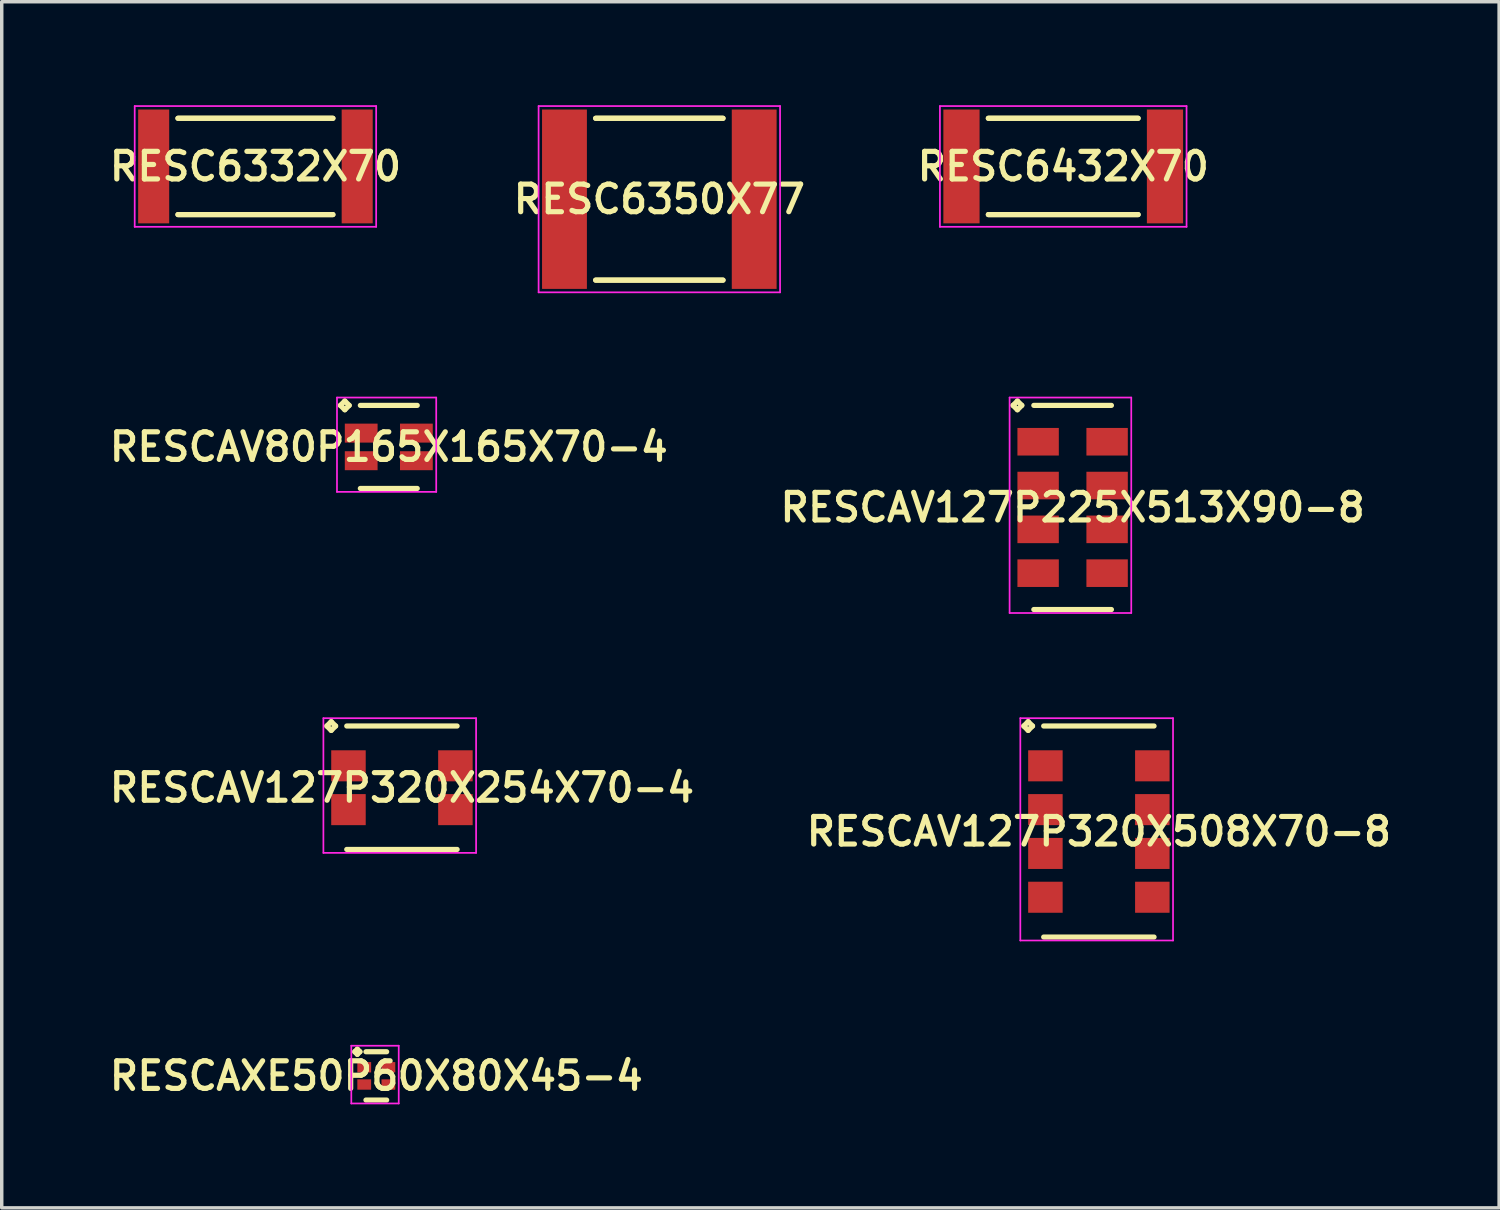
<source format=kicad_pcb>
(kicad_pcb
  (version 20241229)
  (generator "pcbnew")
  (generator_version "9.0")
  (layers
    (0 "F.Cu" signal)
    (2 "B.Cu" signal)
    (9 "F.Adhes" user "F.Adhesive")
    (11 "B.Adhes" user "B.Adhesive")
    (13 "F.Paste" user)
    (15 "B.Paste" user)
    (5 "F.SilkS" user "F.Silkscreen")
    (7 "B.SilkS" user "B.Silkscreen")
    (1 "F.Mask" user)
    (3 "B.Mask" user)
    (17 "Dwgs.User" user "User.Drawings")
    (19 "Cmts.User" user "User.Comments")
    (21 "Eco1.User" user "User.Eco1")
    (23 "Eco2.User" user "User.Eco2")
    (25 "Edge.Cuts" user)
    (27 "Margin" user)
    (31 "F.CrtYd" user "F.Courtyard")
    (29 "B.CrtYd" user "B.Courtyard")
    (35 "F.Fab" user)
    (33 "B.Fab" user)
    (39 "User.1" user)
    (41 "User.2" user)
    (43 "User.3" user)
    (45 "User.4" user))
  (footprint "RESCAV127P320X508X70-8"
    (layer "F.Cu")
    (at 28.806 21.056)
    (property "Reference" "RESCAV127P320X508X70-8" (at 0 0 0) (layer "F.SilkS") (effects (font (size 0.8 0.8) (thickness 0.15))))
    (attr smd)
    (fp_line (start -2.177 -3.059) (end -2.05 -3.186) (stroke (width 0.15) (type solid)) (layer "F.SilkS"))
    (fp_line (start -2.05 -3.186) (end -1.923 -3.059) (stroke (width 0.15) (type solid)) (layer "F.SilkS"))
    (fp_line (start -2.05 -2.932) (end -2.177 -3.059) (stroke (width 0.15) (type solid)) (layer "F.SilkS"))
    (fp_line (start -1.923 -3.059) (end -2.05 -2.932) (stroke (width 0.15) (type solid)) (layer "F.SilkS"))
    (fp_line (start -1.6 -3.059) (end 1.6 -3.059) (stroke (width 0.15) (type solid)) (layer "F.SilkS"))
    (fp_line (start -1.6 3.059) (end 1.6 3.059) (stroke (width 0.15) (type solid)) (layer "F.SilkS"))
    (fp_line (start -2.277 -3.286) (end 2.15 -3.286) (stroke (width 0.05) (type solid)) (layer "F.CrtYd"))
    (fp_line (start -2.277 3.159) (end -2.277 -3.286) (stroke (width 0.05) (type solid)) (layer "F.CrtYd"))
    (fp_line (start 2.15 -3.286) (end 2.15 3.159) (stroke (width 0.05) (type solid)) (layer "F.CrtYd"))
    (fp_line (start 2.15 3.159) (end -2.277 3.159) (stroke (width 0.05) (type solid)) (layer "F.CrtYd"))
    (pad "1" smd rect (at -1.55 -1.905) (size 1 0.9) (layers "F.Cu" "F.Mask" "F.Paste"))
    (pad "2" smd rect (at -1.55 -0.635) (size 1 0.9) (layers "F.Cu" "F.Mask" "F.Paste"))
    (pad "3" smd rect (at -1.55 0.635) (size 1 0.9) (layers "F.Cu" "F.Mask" "F.Paste"))
    (pad "4" smd rect (at -1.55 1.905) (size 1 0.9) (layers "F.Cu" "F.Mask" "F.Paste"))
    (pad "5" smd rect (at 1.55 1.905) (size 1 0.9) (layers "F.Cu" "F.Mask" "F.Paste"))
    (pad "6" smd rect (at 1.55 0.635) (size 1 0.9) (layers "F.Cu" "F.Mask" "F.Paste"))
    (pad "7" smd rect (at 1.55 -0.635) (size 1 0.9) (layers "F.Cu" "F.Mask" "F.Paste"))
    (pad "8" smd rect (at 1.55 -1.905) (size 1 0.9) (layers "F.Cu" "F.Mask" "F.Paste")))
  (footprint "RESCAV127P225X513X90-8"
    (layer "F.Cu")
    (at 28.045 11.661)
    (property "Reference" "RESCAV127P225X513X90-8" (at 0 0 0) (layer "F.SilkS") (effects (font (size 0.8 0.8) (thickness 0.15))))
    (attr smd)
    (fp_line (start -1.727 -2.959) (end -1.6 -3.086) (stroke (width 0.15) (type solid)) (layer "F.SilkS"))
    (fp_line (start -1.6 -3.086) (end -1.473 -2.959) (stroke (width 0.15) (type solid)) (layer "F.SilkS"))
    (fp_line (start -1.6 -2.832) (end -1.727 -2.959) (stroke (width 0.15) (type solid)) (layer "F.SilkS"))
    (fp_line (start -1.473 -2.959) (end -1.6 -2.832) (stroke (width 0.15) (type solid)) (layer "F.SilkS"))
    (fp_line (start -1.125 -2.959) (end 1.125 -2.959) (stroke (width 0.15) (type solid)) (layer "F.SilkS"))
    (fp_line (start -1.125 2.959) (end 1.125 2.959) (stroke (width 0.15) (type solid)) (layer "F.SilkS"))
    (fp_line (start -1.827 -3.186) (end 1.7 -3.186) (stroke (width 0.05) (type solid)) (layer "F.CrtYd"))
    (fp_line (start -1.827 3.059) (end -1.827 -3.186) (stroke (width 0.05) (type solid)) (layer "F.CrtYd"))
    (fp_line (start 1.7 -3.186) (end 1.7 3.059) (stroke (width 0.05) (type solid)) (layer "F.CrtYd"))
    (fp_line (start 1.7 3.059) (end -1.827 3.059) (stroke (width 0.05) (type solid)) (layer "F.CrtYd"))
    (pad "1" smd rect (at -1 -1.905) (size 1.2 0.8) (layers "F.Cu" "F.Mask" "F.Paste"))
    (pad "2" smd rect (at -1 -0.635) (size 1.2 0.8) (layers "F.Cu" "F.Mask" "F.Paste"))
    (pad "3" smd rect (at -1 0.635) (size 1.2 0.8) (layers "F.Cu" "F.Mask" "F.Paste"))
    (pad "4" smd rect (at -1 1.905) (size 1.2 0.8) (layers "F.Cu" "F.Mask" "F.Paste"))
    (pad "5" smd rect (at 1 1.905) (size 1.2 0.8) (layers "F.Cu" "F.Mask" "F.Paste"))
    (pad "6" smd rect (at 1 0.635) (size 1.2 0.8) (layers "F.Cu" "F.Mask" "F.Paste"))
    (pad "7" smd rect (at 1 -0.635) (size 1.2 0.8) (layers "F.Cu" "F.Mask" "F.Paste"))
    (pad "8" smd rect (at 1 -1.905) (size 1.2 0.8) (layers "F.Cu" "F.Mask" "F.Paste")))
  (footprint "RESC6432X70"
    (layer "F.Cu")
    (at 27.773 1.775)
    (property "Reference" "RESC6432X70" (at 0 0 0) (layer "F.SilkS") (effects (font (size 0.8 0.8) (thickness 0.15))))
    (attr smd)
    (fp_line (start -2.171 -1.396) (end 2.171 -1.396) (stroke (width 0.15) (type solid)) (layer "F.SilkS"))
    (fp_line (start -2.171 1.396) (end 2.171 1.396) (stroke (width 0.15) (type solid)) (layer "F.SilkS"))
    (fp_line (start 2.171 -1.396) (end -2.171 -1.396) (stroke (width 0.15) (type solid)) (layer "F.SilkS"))
    (fp_line (start 2.171 1.396) (end -2.171 1.396) (stroke (width 0.15) (type solid)) (layer "F.SilkS"))
    (fp_line (start -3.575 -1.75) (end 3.575 -1.75) (stroke (width 0.05) (type solid)) (layer "F.CrtYd"))
    (fp_line (start -3.575 1.75) (end -3.575 -1.75) (stroke (width 0.05) (type solid)) (layer "F.CrtYd"))
    (fp_line (start 3.575 -1.75) (end 3.575 1.75) (stroke (width 0.05) (type solid)) (layer "F.CrtYd"))
    (fp_line (start 3.575 1.75) (end -3.575 1.75) (stroke (width 0.05) (type solid)) (layer "F.CrtYd"))
    (pad "1" smd rect (at -2.95 0) (size 1.05 3.3) (layers "F.Cu" "F.Mask" "F.Paste"))
    (pad "2" smd rect (at 2.95 0) (size 1.05 3.3) (layers "F.Cu" "F.Mask" "F.Paste")))
  (footprint "RESCAXE50P60X80X45-4"
    (layer "F.Cu")
    (at 7.859 28.14)
    (property "Reference" "RESCAXE50P60X80X45-4" (at 0 0 0) (layer "F.SilkS") (effects (font (size 0.8 0.8) (thickness 0.15))))
    (attr smd)
    (fp_line (start -0.625 -0.7) (end -0.55 -0.775) (stroke (width 0.15) (type solid)) (layer "F.SilkS"))
    (fp_line (start -0.55 -0.775) (end -0.475 -0.7) (stroke (width 0.15) (type solid)) (layer "F.SilkS"))
    (fp_line (start -0.55 -0.625) (end -0.625 -0.7) (stroke (width 0.15) (type solid)) (layer "F.SilkS"))
    (fp_line (start -0.475 -0.7) (end -0.55 -0.625) (stroke (width 0.15) (type solid)) (layer "F.SilkS"))
    (fp_line (start -0.3 -0.7) (end 0.3 -0.7) (stroke (width 0.15) (type solid)) (layer "F.SilkS"))
    (fp_line (start -0.3 0.7) (end 0.3 0.7) (stroke (width 0.15) (type solid)) (layer "F.SilkS"))
    (fp_line (start -0.725 -0.875) (end 0.65 -0.875) (stroke (width 0.05) (type solid)) (layer "F.CrtYd"))
    (fp_line (start -0.725 0.8) (end -0.725 -0.875) (stroke (width 0.05) (type solid)) (layer "F.CrtYd"))
    (fp_line (start 0.65 -0.875) (end 0.65 0.8) (stroke (width 0.05) (type solid)) (layer "F.CrtYd"))
    (fp_line (start 0.65 0.8) (end -0.725 0.8) (stroke (width 0.05) (type solid)) (layer "F.CrtYd"))
    (pad "1" smd rect (at -0.35 -0.25) (size 0.4 0.3) (layers "F.Cu" "F.Mask" "F.Paste"))
    (pad "2" smd rect (at -0.35 0.25) (size 0.4 0.3) (layers "F.Cu" "F.Mask" "F.Paste"))
    (pad "3" smd rect (at 0.35 0.25) (size 0.4 0.3) (layers "F.Cu" "F.Mask" "F.Paste"))
    (pad "4" smd rect (at 0.35 -0.25) (size 0.4 0.3) (layers "F.Cu" "F.Mask" "F.Paste")))
  (footprint "RESC6350X77"
    (layer "F.Cu")
    (at 16.064 2.725)
    (property "Reference" "RESC6350X77" (at 0 0 0) (layer "F.SilkS") (effects (font (size 0.8 0.8) (thickness 0.15))))
    (attr smd)
    (fp_line (start -1.846 -2.346) (end 1.846 -2.346) (stroke (width 0.15) (type solid)) (layer "F.SilkS"))
    (fp_line (start -1.846 2.346) (end 1.846 2.346) (stroke (width 0.15) (type solid)) (layer "F.SilkS"))
    (fp_line (start 1.846 -2.346) (end -1.846 -2.346) (stroke (width 0.15) (type solid)) (layer "F.SilkS"))
    (fp_line (start 1.846 2.346) (end -1.846 2.346) (stroke (width 0.15) (type solid)) (layer "F.SilkS"))
    (fp_line (start -3.5 -2.7) (end 3.5 -2.7) (stroke (width 0.05) (type solid)) (layer "F.CrtYd"))
    (fp_line (start -3.5 2.7) (end -3.5 -2.7) (stroke (width 0.05) (type solid)) (layer "F.CrtYd"))
    (fp_line (start 3.5 -2.7) (end 3.5 2.7) (stroke (width 0.05) (type solid)) (layer "F.CrtYd"))
    (fp_line (start 3.5 2.7) (end -3.5 2.7) (stroke (width 0.05) (type solid)) (layer "F.CrtYd"))
    (pad "1" smd rect (at -2.75 0) (size 1.3 5.2) (layers "F.Cu" "F.Mask" "F.Paste"))
    (pad "2" smd rect (at 2.75 0) (size 1.3 5.2) (layers "F.Cu" "F.Mask" "F.Paste")))
  (footprint "RESCAV127P320X254X70-4"
    (layer "F.Cu")
    (at 8.602 19.786)
    (property "Reference" "RESCAV127P320X254X70-4" (at 0 0 0) (layer "F.SilkS") (effects (font (size 0.8 0.8) (thickness 0.15))))
    (attr smd)
    (fp_line (start -2.177 -1.789) (end -2.05 -1.916) (stroke (width 0.15) (type solid)) (layer "F.SilkS"))
    (fp_line (start -2.05 -1.916) (end -1.923 -1.789) (stroke (width 0.15) (type solid)) (layer "F.SilkS"))
    (fp_line (start -2.05 -1.662) (end -2.177 -1.789) (stroke (width 0.15) (type solid)) (layer "F.SilkS"))
    (fp_line (start -1.923 -1.789) (end -2.05 -1.662) (stroke (width 0.15) (type solid)) (layer "F.SilkS"))
    (fp_line (start -1.6 -1.789) (end 1.6 -1.789) (stroke (width 0.15) (type solid)) (layer "F.SilkS"))
    (fp_line (start -1.6 1.789) (end 1.6 1.789) (stroke (width 0.15) (type solid)) (layer "F.SilkS"))
    (fp_line (start -2.277 -2.016) (end 2.15 -2.016) (stroke (width 0.05) (type solid)) (layer "F.CrtYd"))
    (fp_line (start -2.277 1.889) (end -2.277 -2.016) (stroke (width 0.05) (type solid)) (layer "F.CrtYd"))
    (fp_line (start 2.15 -2.016) (end 2.15 1.889) (stroke (width 0.05) (type solid)) (layer "F.CrtYd"))
    (fp_line (start 2.15 1.889) (end -2.277 1.889) (stroke (width 0.05) (type solid)) (layer "F.CrtYd"))
    (pad "1" smd rect (at -1.55 -0.635) (size 1 0.9) (layers "F.Cu" "F.Mask" "F.Paste"))
    (pad "2" smd rect (at -1.55 0.635) (size 1 0.9) (layers "F.Cu" "F.Mask" "F.Paste"))
    (pad "3" smd rect (at 1.55 0.635) (size 1 0.9) (layers "F.Cu" "F.Mask" "F.Paste"))
    (pad "4" smd rect (at 1.55 -0.635) (size 1 0.9) (layers "F.Cu" "F.Mask" "F.Paste")))
  (footprint "RESC6332X70"
    (layer "F.Cu")
    (at 4.355 1.775)
    (property "Reference" "RESC6332X70" (at 0 0 0) (layer "F.SilkS") (effects (font (size 0.8 0.8) (thickness 0.15))))
    (attr smd)
    (fp_line (start -2.246 -1.396) (end 2.246 -1.396) (stroke (width 0.15) (type solid)) (layer "F.SilkS"))
    (fp_line (start -2.246 1.396) (end 2.246 1.396) (stroke (width 0.15) (type solid)) (layer "F.SilkS"))
    (fp_line (start 2.246 -1.396) (end -2.246 -1.396) (stroke (width 0.15) (type solid)) (layer "F.SilkS"))
    (fp_line (start 2.246 1.396) (end -2.246 1.396) (stroke (width 0.15) (type solid)) (layer "F.SilkS"))
    (fp_line (start -3.5 -1.75) (end 3.5 -1.75) (stroke (width 0.05) (type solid)) (layer "F.CrtYd"))
    (fp_line (start -3.5 1.75) (end -3.5 -1.75) (stroke (width 0.05) (type solid)) (layer "F.CrtYd"))
    (fp_line (start 3.5 -1.75) (end 3.5 1.75) (stroke (width 0.05) (type solid)) (layer "F.CrtYd"))
    (fp_line (start 3.5 1.75) (end -3.5 1.75) (stroke (width 0.05) (type solid)) (layer "F.CrtYd"))
    (pad "1" smd rect (at -2.95 0) (size 0.9 3.3) (layers "F.Cu" "F.Mask" "F.Paste"))
    (pad "2" smd rect (at 2.95 0) (size 0.9 3.3) (layers "F.Cu" "F.Mask" "F.Paste")))
  (footprint "RESCAV80P165X165X70-4"
    (layer "F.Cu")
    (at 8.221 9.906)
    (property "Reference" "RESCAV80P165X165X70-4" (at 0 0 0) (layer "F.SilkS") (effects (font (size 0.8 0.8) (thickness 0.15))))
    (attr smd)
    (fp_line (start -1.402 -1.204) (end -1.275 -1.331) (stroke (width 0.15) (type solid)) (layer "F.SilkS"))
    (fp_line (start -1.275 -1.331) (end -1.148 -1.204) (stroke (width 0.15) (type solid)) (layer "F.SilkS"))
    (fp_line (start -1.275 -1.077) (end -1.402 -1.204) (stroke (width 0.15) (type solid)) (layer "F.SilkS"))
    (fp_line (start -1.148 -1.204) (end -1.275 -1.077) (stroke (width 0.15) (type solid)) (layer "F.SilkS"))
    (fp_line (start -0.825 -1.204) (end 0.825 -1.204) (stroke (width 0.15) (type solid)) (layer "F.SilkS"))
    (fp_line (start -0.825 1.204) (end 0.825 1.204) (stroke (width 0.15) (type solid)) (layer "F.SilkS"))
    (fp_line (start -1.502 -1.431) (end 1.375 -1.431) (stroke (width 0.05) (type solid)) (layer "F.CrtYd"))
    (fp_line (start -1.502 1.304) (end -1.502 -1.431) (stroke (width 0.05) (type solid)) (layer "F.CrtYd"))
    (fp_line (start 1.375 -1.431) (end 1.375 1.304) (stroke (width 0.05) (type solid)) (layer "F.CrtYd"))
    (fp_line (start 1.375 1.304) (end -1.502 1.304) (stroke (width 0.05) (type solid)) (layer "F.CrtYd"))
    (pad "1" smd rect (at -0.8 -0.4) (size 0.95 0.55) (layers "F.Cu" "F.Mask" "F.Paste"))
    (pad "2" smd rect (at -0.8 0.4) (size 0.95 0.55) (layers "F.Cu" "F.Mask" "F.Paste"))
    (pad "3" smd rect (at 0.8 0.4) (size 0.95 0.55) (layers "F.Cu" "F.Mask" "F.Paste"))
    (pad "4" smd rect (at 0.8 -0.4) (size 0.95 0.55) (layers "F.Cu" "F.Mask" "F.Paste")))
  (gr_rect
    (start -3 -3)
    (end 40.409 31.965)
    (stroke (width 0.1) (type default))
    (fill no)
    (layer "Edge.Cuts")))
</source>
